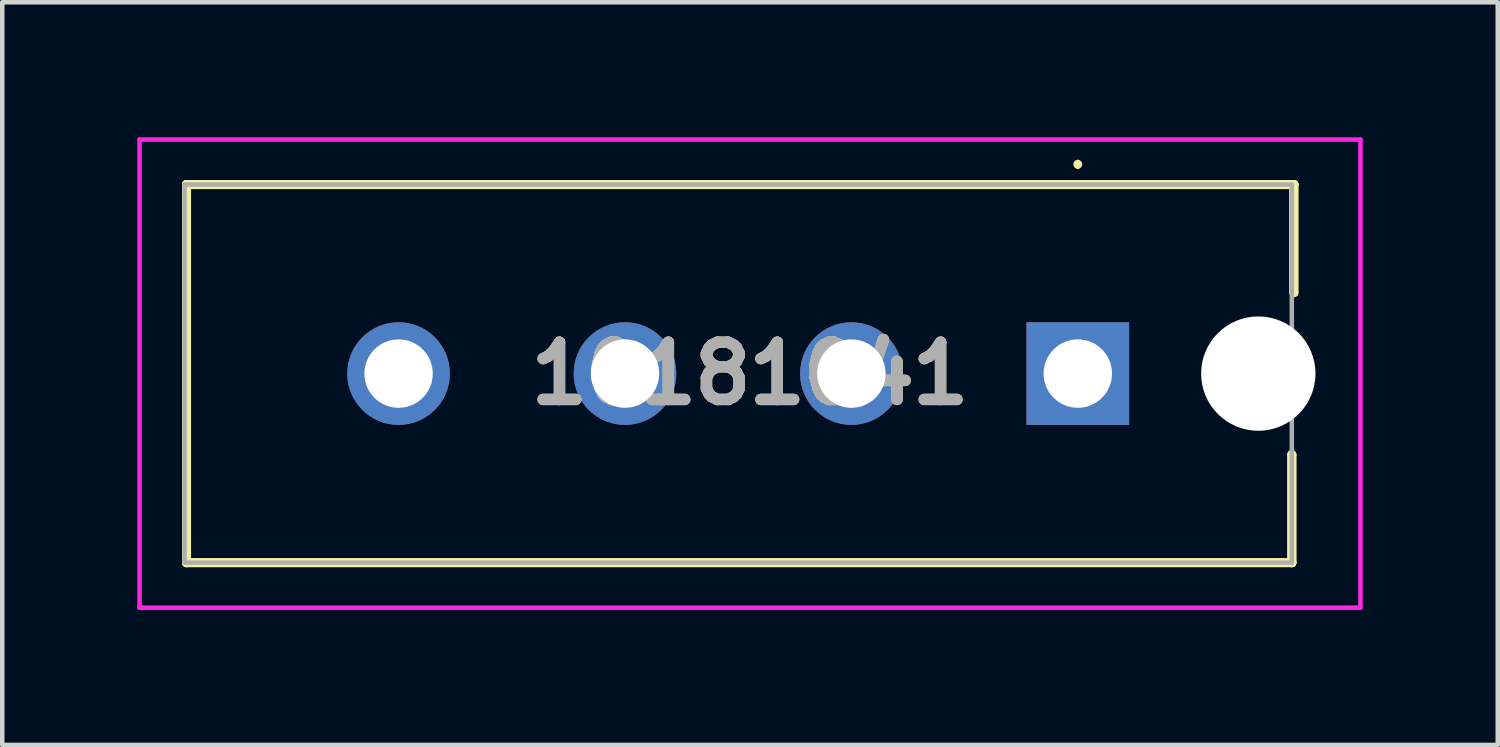
<source format=kicad_pcb>
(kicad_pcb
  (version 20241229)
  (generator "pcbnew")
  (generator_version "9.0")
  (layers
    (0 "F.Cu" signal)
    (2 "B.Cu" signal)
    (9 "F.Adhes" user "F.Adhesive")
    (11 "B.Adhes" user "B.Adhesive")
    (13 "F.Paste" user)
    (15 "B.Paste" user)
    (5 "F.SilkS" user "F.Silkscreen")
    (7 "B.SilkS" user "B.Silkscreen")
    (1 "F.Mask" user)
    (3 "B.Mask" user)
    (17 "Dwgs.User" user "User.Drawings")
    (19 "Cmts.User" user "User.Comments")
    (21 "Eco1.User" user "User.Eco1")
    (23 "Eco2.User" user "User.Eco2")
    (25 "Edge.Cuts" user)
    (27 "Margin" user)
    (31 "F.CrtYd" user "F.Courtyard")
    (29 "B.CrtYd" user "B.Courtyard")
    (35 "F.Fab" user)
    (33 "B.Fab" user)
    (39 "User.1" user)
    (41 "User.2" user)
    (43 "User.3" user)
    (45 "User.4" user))
  (footprint "10181041"
    (layer "F.Cu")
    (at 20.895 5.25)
    (property "Reference" "10181041" (at -7.282 0 0) (layer "F.SilkS") (effects (font (size 1.27 1.27) (thickness 0.254))))
    (attr through_hole)
    (fp_line (start -19.801 -4.2) (end -19.801 -4.2) (stroke (width 0.2) (type solid)) (layer "F.SilkS"))
    (fp_line (start -19.801 -4.2) (end -19.801 -4.2) (stroke (width 0.2) (type solid)) (layer "F.SilkS"))
    (fp_line (start -19.801 -4.2) (end -19.801 4.2) (stroke (width 0.2) (type solid)) (layer "F.SilkS"))
    (fp_line (start -19.801 -4.2) (end 4.8 -4.2) (stroke (width 0.2) (type solid)) (layer "F.SilkS"))
    (fp_line (start -19.801 4.2) (end -19.801 -4.2) (stroke (width 0.2) (type solid)) (layer "F.SilkS"))
    (fp_line (start -19.801 4.2) (end -19.801 4.2) (stroke (width 0.2) (type solid)) (layer "F.SilkS"))
    (fp_line (start -19.801 4.2) (end -19.801 4.2) (stroke (width 0.2) (type solid)) (layer "F.SilkS"))
    (fp_line (start -19.801 4.2) (end 4.755 4.2) (stroke (width 0.2) (type solid)) (layer "F.SilkS"))
    (fp_line (start 0 -4.7) (end 0 -4.7) (stroke (width 0.1) (type solid)) (layer "F.SilkS"))
    (fp_line (start 0 -4.6) (end 0 -4.6) (stroke (width 0.1) (type solid)) (layer "F.SilkS"))
    (fp_line (start 4.755 1.8) (end 4.755 1.8) (stroke (width 0.2) (type solid)) (layer "F.SilkS"))
    (fp_line (start 4.755 1.8) (end 4.755 4.2) (stroke (width 0.2) (type solid)) (layer "F.SilkS"))
    (fp_line (start 4.755 4.2) (end -19.801 4.2) (stroke (width 0.2) (type solid)) (layer "F.SilkS"))
    (fp_line (start 4.755 4.2) (end 4.755 1.8) (stroke (width 0.2) (type solid)) (layer "F.SilkS"))
    (fp_line (start 4.755 4.2) (end 4.755 4.2) (stroke (width 0.2) (type solid)) (layer "F.SilkS"))
    (fp_line (start 4.755 4.2) (end 4.755 4.2) (stroke (width 0.2) (type solid)) (layer "F.SilkS"))
    (fp_line (start 4.8 -4.2) (end -19.801 -4.2) (stroke (width 0.2) (type solid)) (layer "F.SilkS"))
    (fp_line (start 4.8 -4.2) (end 4.8 -4.2) (stroke (width 0.2) (type solid)) (layer "F.SilkS"))
    (fp_line (start 4.8 -4.2) (end 4.8 -4.2) (stroke (width 0.2) (type solid)) (layer "F.SilkS"))
    (fp_line (start 4.8 -4.2) (end 4.8 -1.8) (stroke (width 0.2) (type solid)) (layer "F.SilkS"))
    (fp_line (start 4.8 -1.8) (end 4.8 -4.2) (stroke (width 0.2) (type solid)) (layer "F.SilkS"))
    (fp_line (start 4.8 -1.8) (end 4.8 -1.8) (stroke (width 0.2) (type solid)) (layer "F.SilkS"))
    (fp_arc (start 0 -4.7) (mid 0.05 -4.65) (end 0 -4.6) (stroke (width 0.1) (type solid)) (layer "F.SilkS"))
    (fp_arc (start 0 -4.6) (mid -0.05 -4.65) (end 0 -4.7) (stroke (width 0.1) (type solid)) (layer "F.SilkS"))
    (fp_line (start -20.845 -5.2) (end 6.28 -5.2) (stroke (width 0.1) (type solid)) (layer "F.CrtYd"))
    (fp_line (start -20.845 5.2) (end -20.845 -5.2) (stroke (width 0.1) (type solid)) (layer "F.CrtYd"))
    (fp_line (start 6.28 -5.2) (end 6.28 5.2) (stroke (width 0.1) (type solid)) (layer "F.CrtYd"))
    (fp_line (start 6.28 5.2) (end -20.845 5.2) (stroke (width 0.1) (type solid)) (layer "F.CrtYd"))
    (fp_line (start -19.845 -4.2) (end -19.845 4.2) (stroke (width 0.1) (type solid)) (layer "F.Fab"))
    (fp_line (start -19.845 4.2) (end 4.755 4.2) (stroke (width 0.1) (type solid)) (layer "F.Fab"))
    (fp_line (start 4.755 -4.2) (end -19.845 -4.2) (stroke (width 0.1) (type solid)) (layer "F.Fab"))
    (fp_line (start 4.755 4.2) (end 4.755 -4.2) (stroke (width 0.1) (type solid)) (layer "F.Fab"))
    (fp_text user "${REFERENCE}" (at -7.282 0 0) (layer "F.Fab") (effects (font (size 1.27 1.27) (thickness 0.254))))
    (pad "" np_thru_hole circle (at 4.01 0) (size 2.54 2.54) (drill 2.54) (layers "*.Cu" "*.Mask"))
    (pad "1" thru_hole rect (at 0 0) (size 2.28 2.28) (drill 1.52) (layers "*.Cu" "*.Mask"))
    (pad "2" thru_hole circle (at -5.03 0) (size 2.28 2.28) (drill 1.52) (layers "*.Cu" "*.Mask"))
    (pad "3" thru_hole circle (at -10.06 0) (size 2.28 2.28) (drill 1.52) (layers "*.Cu" "*.Mask"))
    (pad "4" thru_hole circle (at -15.09 0) (size 2.28 2.28) (drill 1.52) (layers "*.Cu" "*.Mask")))
  (gr_rect
    (start -3 -3)
    (end 30.225 13.5)
    (stroke (width 0.1) (type default))
    (fill no)
    (layer "Edge.Cuts")))
</source>
